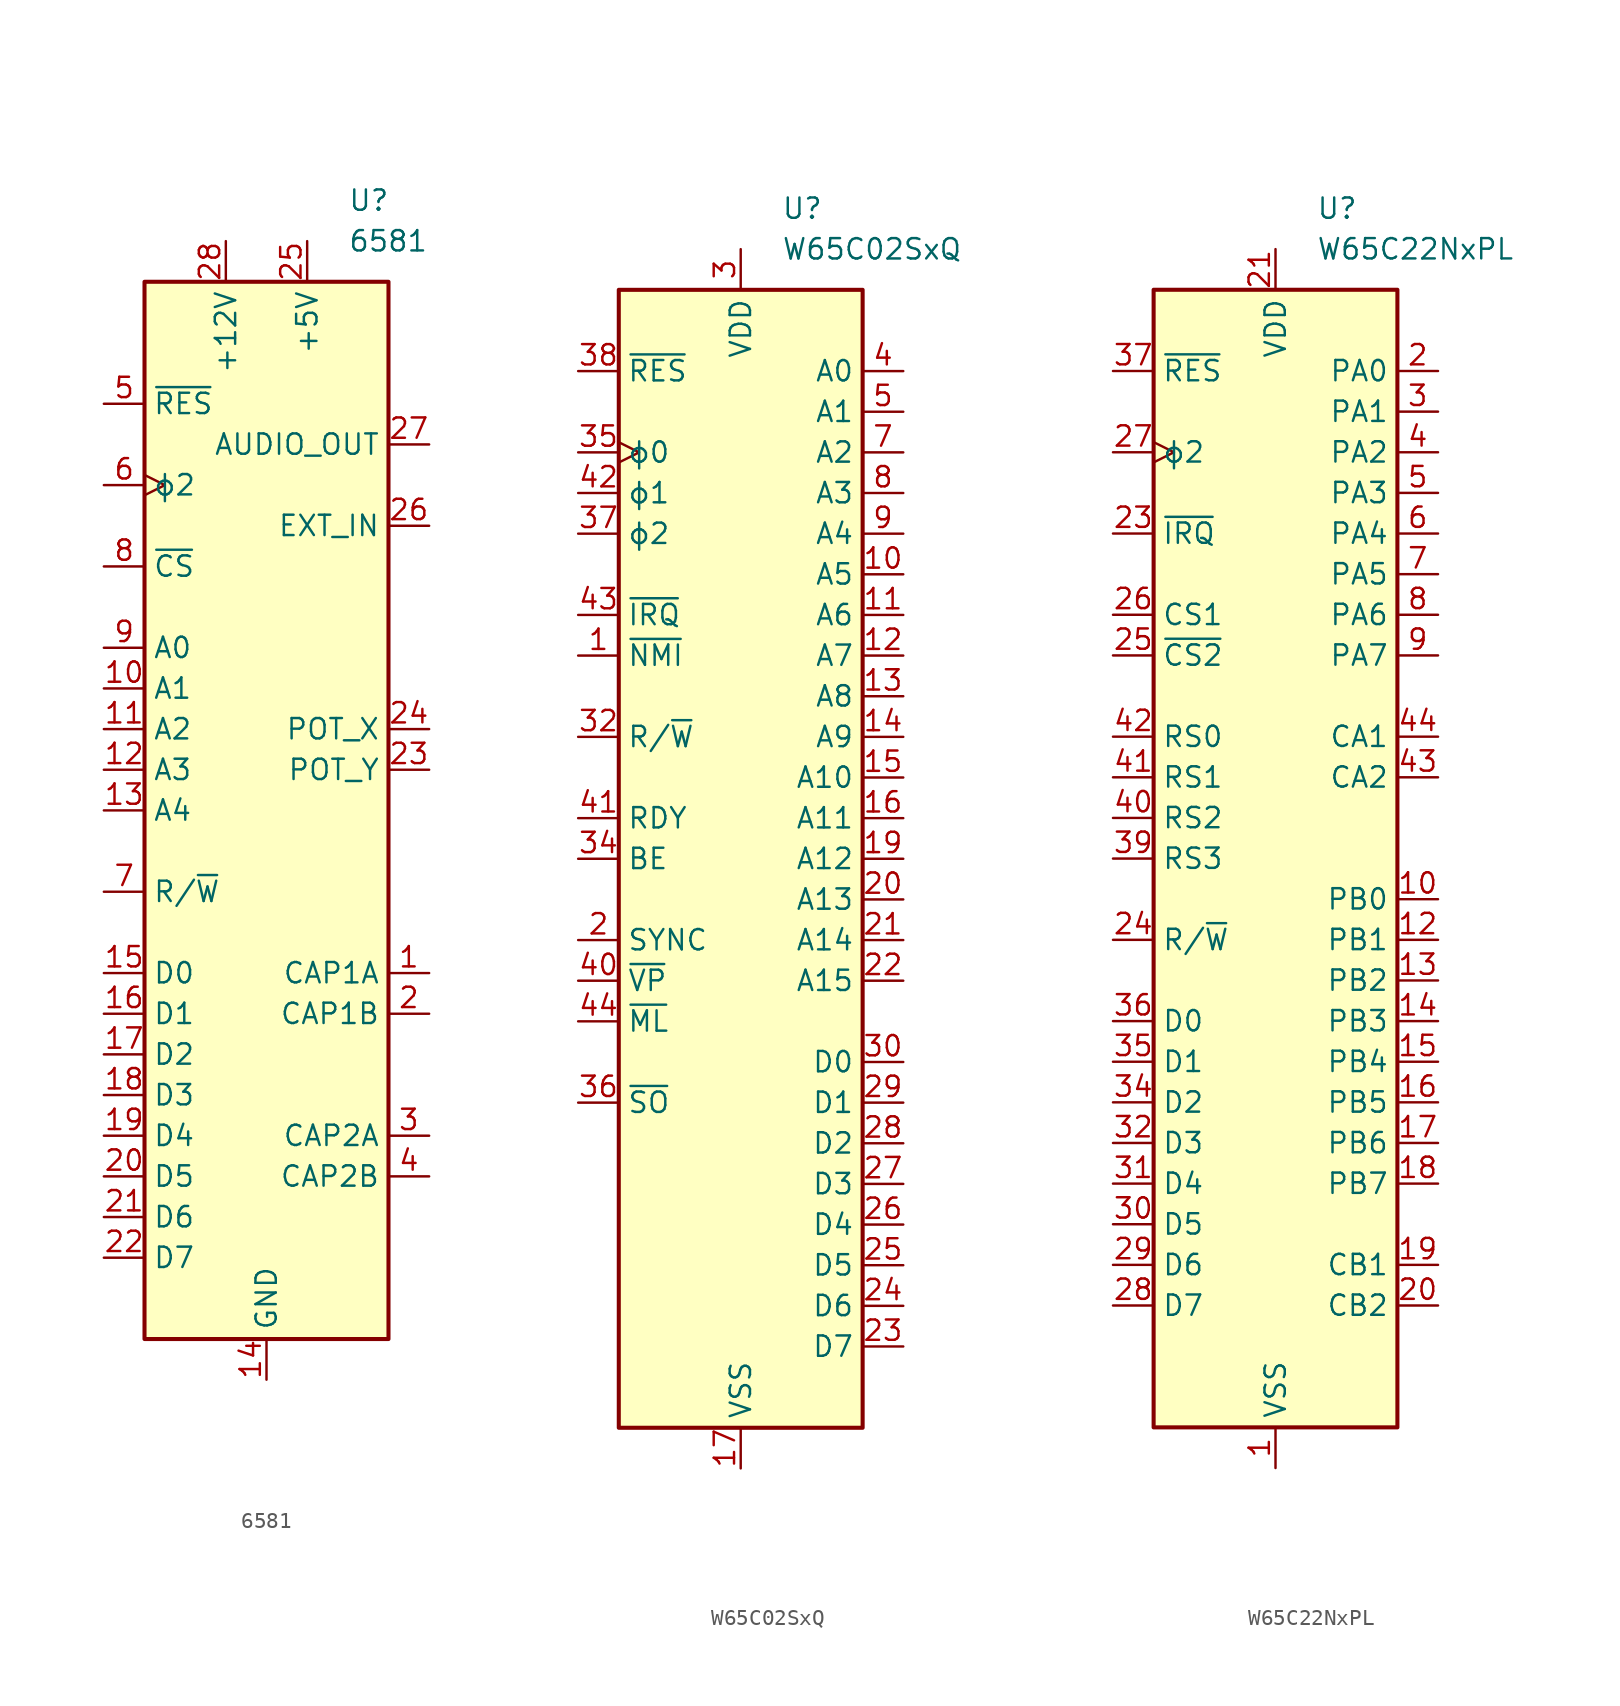
<source format=kicad_sym>
(kicad_symbol_lib
  (version 20220914)
  (generator kicad_symbol_editor)
  (symbol "6581"
    (property "Reference" "U"
      (at 5.08 38.1 0)
      (effects (font (size 1.27 1.27)) (justify left)))
    (property "Value" "6581"
      (at 5.08 35.56 0)
      (effects (font (size 1.27 1.27)) (justify left)))
    (symbol "6581_0_1"
      (rectangle (start -7.62 33.02) (end 7.62 -33.02) (stroke (width 0.254) (type default)) (fill (type background))))
    (symbol "6581_1_1"
      (pin passive line (at 10.16 -10.16 180) (length 2.54) (name "CAP1A" (effects (font (size 1.27 1.27)))) (number "1" (effects (font (size 1.27 1.27)))))
      (pin input line (at -10.16 7.62 0) (length 2.54) (name "A1" (effects (font (size 1.27 1.27)))) (number "10" (effects (font (size 1.27 1.27)))))
      (pin input line (at -10.16 5.08 0) (length 2.54) (name "A2" (effects (font (size 1.27 1.27)))) (number "11" (effects (font (size 1.27 1.27)))))
      (pin input line (at -10.16 2.54 0) (length 2.54) (name "A3" (effects (font (size 1.27 1.27)))) (number "12" (effects (font (size 1.27 1.27)))))
      (pin input line (at -10.16 0 0) (length 2.54) (name "A4" (effects (font (size 1.27 1.27)))) (number "13" (effects (font (size 1.27 1.27)))))
      (pin power_in line (at 0 -35.56 90) (length 2.54) (name "GND" (effects (font (size 1.27 1.27)))) (number "14" (effects (font (size 1.27 1.27)))))
      (pin bidirectional line (at -10.16 -10.16 0) (length 2.54) (name "D0" (effects (font (size 1.27 1.27)))) (number "15" (effects (font (size 1.27 1.27)))))
      (pin bidirectional line (at -10.16 -12.7 0) (length 2.54) (name "D1" (effects (font (size 1.27 1.27)))) (number "16" (effects (font (size 1.27 1.27)))))
      (pin bidirectional line (at -10.16 -15.24 0) (length 2.54) (name "D2" (effects (font (size 1.27 1.27)))) (number "17" (effects (font (size 1.27 1.27)))))
      (pin bidirectional line (at -10.16 -17.78 0) (length 2.54) (name "D3" (effects (font (size 1.27 1.27)))) (number "18" (effects (font (size 1.27 1.27)))))
      (pin bidirectional line (at -10.16 -20.32 0) (length 2.54) (name "D4" (effects (font (size 1.27 1.27)))) (number "19" (effects (font (size 1.27 1.27)))))
      (pin passive line (at 10.16 -12.7 180) (length 2.54) (name "CAP1B" (effects (font (size 1.27 1.27)))) (number "2" (effects (font (size 1.27 1.27)))))
      (pin bidirectional line (at -10.16 -22.86 0) (length 2.54) (name "D5" (effects (font (size 1.27 1.27)))) (number "20" (effects (font (size 1.27 1.27)))))
      (pin bidirectional line (at -10.16 -25.4 0) (length 2.54) (name "D6" (effects (font (size 1.27 1.27)))) (number "21" (effects (font (size 1.27 1.27)))))
      (pin bidirectional line (at -10.16 -27.94 0) (length 2.54) (name "D7" (effects (font (size 1.27 1.27)))) (number "22" (effects (font (size 1.27 1.27)))))
      (pin input line (at 10.16 2.54 180) (length 2.54) (name "POT_Y" (effects (font (size 1.27 1.27)))) (number "23" (effects (font (size 1.27 1.27)))))
      (pin input line (at 10.16 5.08 180) (length 2.54) (name "POT_X" (effects (font (size 1.27 1.27)))) (number "24" (effects (font (size 1.27 1.27)))))
      (pin power_in line (at 2.54 35.56 270) (length 2.54) (name "+5V" (effects (font (size 1.27 1.27)))) (number "25" (effects (font (size 1.27 1.27)))))
      (pin input line (at 10.16 17.78 180) (length 2.54) (name "EXT_IN" (effects (font (size 1.27 1.27)))) (number "26" (effects (font (size 1.27 1.27)))))
      (pin output line (at 10.16 22.86 180) (length 2.54) (name "AUDIO_OUT" (effects (font (size 1.27 1.27)))) (number "27" (effects (font (size 1.27 1.27)))))
      (pin power_in line (at -2.54 35.56 270) (length 2.54) (name "+12V" (effects (font (size 1.27 1.27)))) (number "28" (effects (font (size 1.27 1.27)))))
      (pin passive line (at 10.16 -20.32 180) (length 2.54) (name "CAP2A" (effects (font (size 1.27 1.27)))) (number "3" (effects (font (size 1.27 1.27)))))
      (pin passive line (at 10.16 -22.86 180) (length 2.54) (name "CAP2B" (effects (font (size 1.27 1.27)))) (number "4" (effects (font (size 1.27 1.27)))))
      (pin input line (at -10.16 25.4 0) (length 2.54) (name "~{RES}" (effects (font (size 1.27 1.27)))) (number "5" (effects (font (size 1.27 1.27)))))
      (pin input clock (at -10.16 20.32 0) (length 2.54) (name "ϕ2" (effects (font (size 1.27 1.27)))) (number "6" (effects (font (size 1.27 1.27)))))
      (pin input line (at -10.16 -5.08 0) (length 2.54) (name "R/~{W}" (effects (font (size 1.27 1.27)))) (number "7" (effects (font (size 1.27 1.27)))))
      (pin input line (at -10.16 15.24 0) (length 2.54) (name "~{CS}" (effects (font (size 1.27 1.27)))) (number "8" (effects (font (size 1.27 1.27)))))
      (pin input line (at -10.16 10.16 0) (length 2.54) (name "A0" (effects (font (size 1.27 1.27)))) (number "9" (effects (font (size 1.27 1.27)))))))
  (symbol "W65C02SxQ"
    (property "Reference" "U"
      (at 2.54 40.64 0)
      (effects (font (size 1.27 1.27)) (justify left)))
    (property "Value" "W65C02SxQ"
      (at 2.54 38.1 0)
      (effects (font (size 1.27 1.27)) (justify left)))
    (symbol "W65C02SxQ_0_1"
      (rectangle (start -7.62 35.56) (end 7.62 -35.56) (stroke (width 0.254) (type default)) (fill (type background))))
    (symbol "W65C02SxQ_1_1"
      (pin input line (at -10.16 12.7 0) (length 2.54) (name "~{NMI}" (effects (font (size 1.27 1.27)))) (number "1" (effects (font (size 1.27 1.27)))))
      (pin tri_state line (at 10.16 17.78 180) (length 2.54) (name "A5" (effects (font (size 1.27 1.27)))) (number "10" (effects (font (size 1.27 1.27)))))
      (pin tri_state line (at 10.16 15.24 180) (length 2.54) (name "A6" (effects (font (size 1.27 1.27)))) (number "11" (effects (font (size 1.27 1.27)))))
      (pin tri_state line (at 10.16 12.7 180) (length 2.54) (name "A7" (effects (font (size 1.27 1.27)))) (number "12" (effects (font (size 1.27 1.27)))))
      (pin tri_state line (at 10.16 10.16 180) (length 2.54) (name "A8" (effects (font (size 1.27 1.27)))) (number "13" (effects (font (size 1.27 1.27)))))
      (pin tri_state line (at 10.16 7.62 180) (length 2.54) (name "A9" (effects (font (size 1.27 1.27)))) (number "14" (effects (font (size 1.27 1.27)))))
      (pin tri_state line (at 10.16 5.08 180) (length 2.54) (name "A10" (effects (font (size 1.27 1.27)))) (number "15" (effects (font (size 1.27 1.27)))))
      (pin tri_state line (at 10.16 2.54 180) (length 2.54) (name "A11" (effects (font (size 1.27 1.27)))) (number "16" (effects (font (size 1.27 1.27)))))
      (pin power_in line (at 0 -38.1 90) (length 2.54) (name "VSS" (effects (font (size 1.27 1.27)))) (number "17" (effects (font (size 1.27 1.27)))))
      (pin passive line (at 0 -38.1 90) (length 2.54) hide (name "VSS" (effects (font (size 1.27 1.27)))) (number "18" (effects (font (size 1.27 1.27)))))
      (pin tri_state line (at 10.16 0 180) (length 2.54) (name "A12" (effects (font (size 1.27 1.27)))) (number "19" (effects (font (size 1.27 1.27)))))
      (pin output line (at -10.16 -5.08 0) (length 2.54) (name "SYNC" (effects (font (size 1.27 1.27)))) (number "2" (effects (font (size 1.27 1.27)))))
      (pin tri_state line (at 10.16 -2.54 180) (length 2.54) (name "A13" (effects (font (size 1.27 1.27)))) (number "20" (effects (font (size 1.27 1.27)))))
      (pin tri_state line (at 10.16 -5.08 180) (length 2.54) (name "A14" (effects (font (size 1.27 1.27)))) (number "21" (effects (font (size 1.27 1.27)))))
      (pin tri_state line (at 10.16 -7.62 180) (length 2.54) (name "A15" (effects (font (size 1.27 1.27)))) (number "22" (effects (font (size 1.27 1.27)))))
      (pin bidirectional line (at 10.16 -30.48 180) (length 2.54) (name "D7" (effects (font (size 1.27 1.27)))) (number "23" (effects (font (size 1.27 1.27)))))
      (pin bidirectional line (at 10.16 -27.94 180) (length 2.54) (name "D6" (effects (font (size 1.27 1.27)))) (number "24" (effects (font (size 1.27 1.27)))))
      (pin bidirectional line (at 10.16 -25.4 180) (length 2.54) (name "D5" (effects (font (size 1.27 1.27)))) (number "25" (effects (font (size 1.27 1.27)))))
      (pin bidirectional line (at 10.16 -22.86 180) (length 2.54) (name "D4" (effects (font (size 1.27 1.27)))) (number "26" (effects (font (size 1.27 1.27)))))
      (pin bidirectional line (at 10.16 -20.32 180) (length 2.54) (name "D3" (effects (font (size 1.27 1.27)))) (number "27" (effects (font (size 1.27 1.27)))))
      (pin bidirectional line (at 10.16 -17.78 180) (length 2.54) (name "D2" (effects (font (size 1.27 1.27)))) (number "28" (effects (font (size 1.27 1.27)))))
      (pin bidirectional line (at 10.16 -15.24 180) (length 2.54) (name "D1" (effects (font (size 1.27 1.27)))) (number "29" (effects (font (size 1.27 1.27)))))
      (pin power_in line (at 0 38.1 270) (length 2.54) (name "VDD" (effects (font (size 1.27 1.27)))) (number "3" (effects (font (size 1.27 1.27)))))
      (pin bidirectional line (at 10.16 -12.7 180) (length 2.54) (name "D0" (effects (font (size 1.27 1.27)))) (number "30" (effects (font (size 1.27 1.27)))))
      (pin passive line (at 0 38.1 270) (length 2.54) hide (name "VDD" (effects (font (size 1.27 1.27)))) (number "31" (effects (font (size 1.27 1.27)))))
      (pin tri_state line (at -10.16 7.62 0) (length 2.54) (name "R/~{W}" (effects (font (size 1.27 1.27)))) (number "32" (effects (font (size 1.27 1.27)))))
      (pin no_connect non_logic (at -7.62 -27.94 0) (length 2.54) hide (name "nc" (effects (font (size 1.27 1.27)))) (number "33" (effects (font (size 1.27 1.27)))))
      (pin input line (at -10.16 0 0) (length 2.54) (name "BE" (effects (font (size 1.27 1.27)))) (number "34" (effects (font (size 1.27 1.27)))))
      (pin input clock (at -10.16 25.4 0) (length 2.54) (name "ϕ0" (effects (font (size 1.27 1.27)))) (number "35" (effects (font (size 1.27 1.27)))))
      (pin input line (at -10.16 -15.24 0) (length 2.54) (name "~{SO}" (effects (font (size 1.27 1.27)))) (number "36" (effects (font (size 1.27 1.27)))))
      (pin output line (at -10.16 20.32 0) (length 2.54) (name "ϕ2" (effects (font (size 1.27 1.27)))) (number "37" (effects (font (size 1.27 1.27)))))
      (pin input line (at -10.16 30.48 0) (length 2.54) (name "~{RES}" (effects (font (size 1.27 1.27)))) (number "38" (effects (font (size 1.27 1.27)))))
      (pin passive line (at 0 -38.1 90) (length 2.54) hide (name "VSS" (effects (font (size 1.27 1.27)))) (number "39" (effects (font (size 1.27 1.27)))))
      (pin tri_state line (at 10.16 30.48 180) (length 2.54) (name "A0" (effects (font (size 1.27 1.27)))) (number "4" (effects (font (size 1.27 1.27)))))
      (pin output line (at -10.16 -7.62 0) (length 2.54) (name "~{VP}" (effects (font (size 1.27 1.27)))) (number "40" (effects (font (size 1.27 1.27)))))
      (pin open_collector line (at -10.16 2.54 0) (length 2.54) (name "RDY" (effects (font (size 1.27 1.27)))) (number "41" (effects (font (size 1.27 1.27)))))
      (pin output line (at -10.16 22.86 0) (length 2.54) (name "ϕ1" (effects (font (size 1.27 1.27)))) (number "42" (effects (font (size 1.27 1.27)))))
      (pin input line (at -10.16 15.24 0) (length 2.54) (name "~{IRQ}" (effects (font (size 1.27 1.27)))) (number "43" (effects (font (size 1.27 1.27)))))
      (pin output line (at -10.16 -10.16 0) (length 2.54) (name "~{ML}" (effects (font (size 1.27 1.27)))) (number "44" (effects (font (size 1.27 1.27)))))
      (pin tri_state line (at 10.16 27.94 180) (length 2.54) (name "A1" (effects (font (size 1.27 1.27)))) (number "5" (effects (font (size 1.27 1.27)))))
      (pin no_connect non_logic (at -7.62 -25.4 0) (length 2.54) hide (name "nc" (effects (font (size 1.27 1.27)))) (number "6" (effects (font (size 1.27 1.27)))))
      (pin tri_state line (at 10.16 25.4 180) (length 2.54) (name "A2" (effects (font (size 1.27 1.27)))) (number "7" (effects (font (size 1.27 1.27)))))
      (pin tri_state line (at 10.16 22.86 180) (length 2.54) (name "A3" (effects (font (size 1.27 1.27)))) (number "8" (effects (font (size 1.27 1.27)))))
      (pin tri_state line (at 10.16 20.32 180) (length 2.54) (name "A4" (effects (font (size 1.27 1.27)))) (number "9" (effects (font (size 1.27 1.27)))))))
  (symbol "W65C22NxPL"
    (property "Reference" "U"
      (at 2.54 40.64 0)
      (effects (font (size 1.27 1.27)) (justify left)))
    (property "Value" "W65C22NxPL"
      (at 2.54 38.1 0)
      (effects (font (size 1.27 1.27)) (justify left)))
    (symbol "W65C22NxPL_0_1"
      (rectangle (start -7.62 35.56) (end 7.62 -35.56) (stroke (width 0.254) (type default)) (fill (type background))))
    (symbol "W65C22NxPL_1_1"
      (pin power_in line (at 0 -38.1 90) (length 2.54) (name "VSS" (effects (font (size 1.27 1.27)))) (number "1" (effects (font (size 1.27 1.27)))))
      (pin bidirectional line (at 10.16 -2.54 180) (length 2.54) (name "PB0" (effects (font (size 1.27 1.27)))) (number "10" (effects (font (size 1.27 1.27)))))
      (pin no_connect non_logic (at -7.62 22.86 0) (length 2.54) hide (name "nc" (effects (font (size 1.27 1.27)))) (number "11" (effects (font (size 1.27 1.27)))))
      (pin bidirectional line (at 10.16 -5.08 180) (length 2.54) (name "PB1" (effects (font (size 1.27 1.27)))) (number "12" (effects (font (size 1.27 1.27)))))
      (pin bidirectional line (at 10.16 -7.62 180) (length 2.54) (name "PB2" (effects (font (size 1.27 1.27)))) (number "13" (effects (font (size 1.27 1.27)))))
      (pin bidirectional line (at 10.16 -10.16 180) (length 2.54) (name "PB3" (effects (font (size 1.27 1.27)))) (number "14" (effects (font (size 1.27 1.27)))))
      (pin bidirectional line (at 10.16 -12.7 180) (length 2.54) (name "PB4" (effects (font (size 1.27 1.27)))) (number "15" (effects (font (size 1.27 1.27)))))
      (pin bidirectional line (at 10.16 -15.24 180) (length 2.54) (name "PB5" (effects (font (size 1.27 1.27)))) (number "16" (effects (font (size 1.27 1.27)))))
      (pin bidirectional line (at 10.16 -17.78 180) (length 2.54) (name "PB6" (effects (font (size 1.27 1.27)))) (number "17" (effects (font (size 1.27 1.27)))))
      (pin bidirectional line (at 10.16 -20.32 180) (length 2.54) (name "PB7" (effects (font (size 1.27 1.27)))) (number "18" (effects (font (size 1.27 1.27)))))
      (pin input line (at 10.16 -25.4 180) (length 2.54) (name "CB1" (effects (font (size 1.27 1.27)))) (number "19" (effects (font (size 1.27 1.27)))))
      (pin bidirectional line (at 10.16 30.48 180) (length 2.54) (name "PA0" (effects (font (size 1.27 1.27)))) (number "2" (effects (font (size 1.27 1.27)))))
      (pin bidirectional line (at 10.16 -27.94 180) (length 2.54) (name "CB2" (effects (font (size 1.27 1.27)))) (number "20" (effects (font (size 1.27 1.27)))))
      (pin power_in line (at 0 38.1 270) (length 2.54) (name "VDD" (effects (font (size 1.27 1.27)))) (number "21" (effects (font (size 1.27 1.27)))))
      (pin no_connect non_logic (at -7.62 10.16 0) (length 2.54) hide (name "nc" (effects (font (size 1.27 1.27)))) (number "22" (effects (font (size 1.27 1.27)))))
      (pin open_collector line (at -10.16 20.32 0) (length 2.54) (name "~{IRQ}" (effects (font (size 1.27 1.27)))) (number "23" (effects (font (size 1.27 1.27)))))
      (pin input line (at -10.16 -5.08 0) (length 2.54) (name "R/~{W}" (effects (font (size 1.27 1.27)))) (number "24" (effects (font (size 1.27 1.27)))))
      (pin input line (at -10.16 12.7 0) (length 2.54) (name "~{CS2}" (effects (font (size 1.27 1.27)))) (number "25" (effects (font (size 1.27 1.27)))))
      (pin input line (at -10.16 15.24 0) (length 2.54) (name "CS1" (effects (font (size 1.27 1.27)))) (number "26" (effects (font (size 1.27 1.27)))))
      (pin input clock (at -10.16 25.4 0) (length 2.54) (name "ϕ2" (effects (font (size 1.27 1.27)))) (number "27" (effects (font (size 1.27 1.27)))))
      (pin bidirectional line (at -10.16 -27.94 0) (length 2.54) (name "D7" (effects (font (size 1.27 1.27)))) (number "28" (effects (font (size 1.27 1.27)))))
      (pin bidirectional line (at -10.16 -25.4 0) (length 2.54) (name "D6" (effects (font (size 1.27 1.27)))) (number "29" (effects (font (size 1.27 1.27)))))
      (pin bidirectional line (at 10.16 27.94 180) (length 2.54) (name "PA1" (effects (font (size 1.27 1.27)))) (number "3" (effects (font (size 1.27 1.27)))))
      (pin bidirectional line (at -10.16 -22.86 0) (length 2.54) (name "D5" (effects (font (size 1.27 1.27)))) (number "30" (effects (font (size 1.27 1.27)))))
      (pin bidirectional line (at -10.16 -20.32 0) (length 2.54) (name "D4" (effects (font (size 1.27 1.27)))) (number "31" (effects (font (size 1.27 1.27)))))
      (pin bidirectional line (at -10.16 -17.78 0) (length 2.54) (name "D3" (effects (font (size 1.27 1.27)))) (number "32" (effects (font (size 1.27 1.27)))))
      (pin no_connect non_logic (at -7.62 -7.62 0) (length 2.54) hide (name "nc" (effects (font (size 1.27 1.27)))) (number "33" (effects (font (size 1.27 1.27)))))
      (pin bidirectional line (at -10.16 -15.24 0) (length 2.54) (name "D2" (effects (font (size 1.27 1.27)))) (number "34" (effects (font (size 1.27 1.27)))))
      (pin bidirectional line (at -10.16 -12.7 0) (length 2.54) (name "D1" (effects (font (size 1.27 1.27)))) (number "35" (effects (font (size 1.27 1.27)))))
      (pin bidirectional line (at -10.16 -10.16 0) (length 2.54) (name "D0" (effects (font (size 1.27 1.27)))) (number "36" (effects (font (size 1.27 1.27)))))
      (pin input line (at -10.16 30.48 0) (length 2.54) (name "~{RES}" (effects (font (size 1.27 1.27)))) (number "37" (effects (font (size 1.27 1.27)))))
      (pin no_connect non_logic (at -7.62 -30.48 0) (length 2.54) hide (name "nc" (effects (font (size 1.27 1.27)))) (number "38" (effects (font (size 1.27 1.27)))))
      (pin input line (at -10.16 0 0) (length 2.54) (name "RS3" (effects (font (size 1.27 1.27)))) (number "39" (effects (font (size 1.27 1.27)))))
      (pin bidirectional line (at 10.16 25.4 180) (length 2.54) (name "PA2" (effects (font (size 1.27 1.27)))) (number "4" (effects (font (size 1.27 1.27)))))
      (pin input line (at -10.16 2.54 0) (length 2.54) (name "RS2" (effects (font (size 1.27 1.27)))) (number "40" (effects (font (size 1.27 1.27)))))
      (pin input line (at -10.16 5.08 0) (length 2.54) (name "RS1" (effects (font (size 1.27 1.27)))) (number "41" (effects (font (size 1.27 1.27)))))
      (pin input line (at -10.16 7.62 0) (length 2.54) (name "RS0" (effects (font (size 1.27 1.27)))) (number "42" (effects (font (size 1.27 1.27)))))
      (pin bidirectional line (at 10.16 5.08 180) (length 2.54) (name "CA2" (effects (font (size 1.27 1.27)))) (number "43" (effects (font (size 1.27 1.27)))))
      (pin input line (at 10.16 7.62 180) (length 2.54) (name "CA1" (effects (font (size 1.27 1.27)))) (number "44" (effects (font (size 1.27 1.27)))))
      (pin bidirectional line (at 10.16 22.86 180) (length 2.54) (name "PA3" (effects (font (size 1.27 1.27)))) (number "5" (effects (font (size 1.27 1.27)))))
      (pin bidirectional line (at 10.16 20.32 180) (length 2.54) (name "PA4" (effects (font (size 1.27 1.27)))) (number "6" (effects (font (size 1.27 1.27)))))
      (pin bidirectional line (at 10.16 17.78 180) (length 2.54) (name "PA5" (effects (font (size 1.27 1.27)))) (number "7" (effects (font (size 1.27 1.27)))))
      (pin bidirectional line (at 10.16 15.24 180) (length 2.54) (name "PA6" (effects (font (size 1.27 1.27)))) (number "8" (effects (font (size 1.27 1.27)))))
      (pin bidirectional line (at 10.16 12.7 180) (length 2.54) (name "PA7" (effects (font (size 1.27 1.27)))) (number "9" (effects (font (size 1.27 1.27))))))))
</source>
